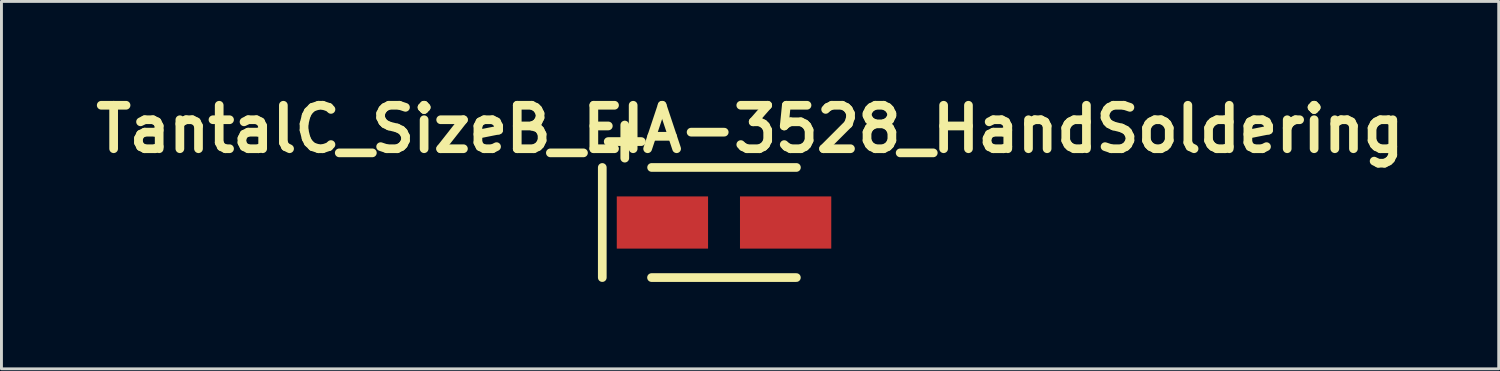
<source format=kicad_pcb>
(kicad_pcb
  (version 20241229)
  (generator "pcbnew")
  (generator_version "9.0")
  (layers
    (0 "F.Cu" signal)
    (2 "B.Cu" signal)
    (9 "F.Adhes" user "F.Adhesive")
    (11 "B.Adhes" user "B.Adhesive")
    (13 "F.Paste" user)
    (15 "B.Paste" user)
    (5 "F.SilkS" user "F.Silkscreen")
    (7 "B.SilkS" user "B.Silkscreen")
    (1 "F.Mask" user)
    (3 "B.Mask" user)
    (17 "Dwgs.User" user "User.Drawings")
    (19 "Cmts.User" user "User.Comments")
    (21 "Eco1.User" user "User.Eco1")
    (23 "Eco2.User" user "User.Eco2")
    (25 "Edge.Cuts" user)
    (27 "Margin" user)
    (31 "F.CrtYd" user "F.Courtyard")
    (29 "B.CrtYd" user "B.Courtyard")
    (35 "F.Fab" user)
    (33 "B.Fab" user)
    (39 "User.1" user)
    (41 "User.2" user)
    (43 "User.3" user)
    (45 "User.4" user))
  (footprint "TantalC_SizeB_EIA-3528_HandSoldering"
    (layer "F.Cu")
    (at 21.936 4.629)
    (property "Reference" "TantalC_SizeB_EIA-3528_HandSoldering" (at 0.9 -3.225 0) (layer "F.SilkS") (effects (font (size 1.5 1.5) (thickness 0.3))))
    (attr smd)
    (fp_line (start -4.201 -1.9) (end -4.201 1.9) (stroke (width 0.3) (type solid)) (layer "F.SilkS"))
    (fp_line (start 2.497 1.9) (end -2.502 1.9) (stroke (width 0.3) (type solid)) (layer "F.SilkS"))
    (fp_line (start 2.499 -1.9) (end -2.499 -1.9) (stroke (width 0.3) (type solid)) (layer "F.SilkS"))
    (fp_text user "+" (at -3.425 -2.9 0) (layer "F.SilkS") (effects (font (size 1.5 1.5) (thickness 0.3))))
    (pad "1" smd rect (at -2.126 0) (size 3.15 1.801) (layers "F.Cu" "F.Mask" "F.Paste"))
    (pad "2" smd rect (at 2.126 0) (size 3.15 1.801) (layers "F.Cu" "F.Mask" "F.Paste")))
  (gr_rect
    (start -3 -3)
    (end 48.671 9.679)
    (stroke (width 0.1) (type default))
    (fill no)
    (layer "Edge.Cuts")))
</source>
